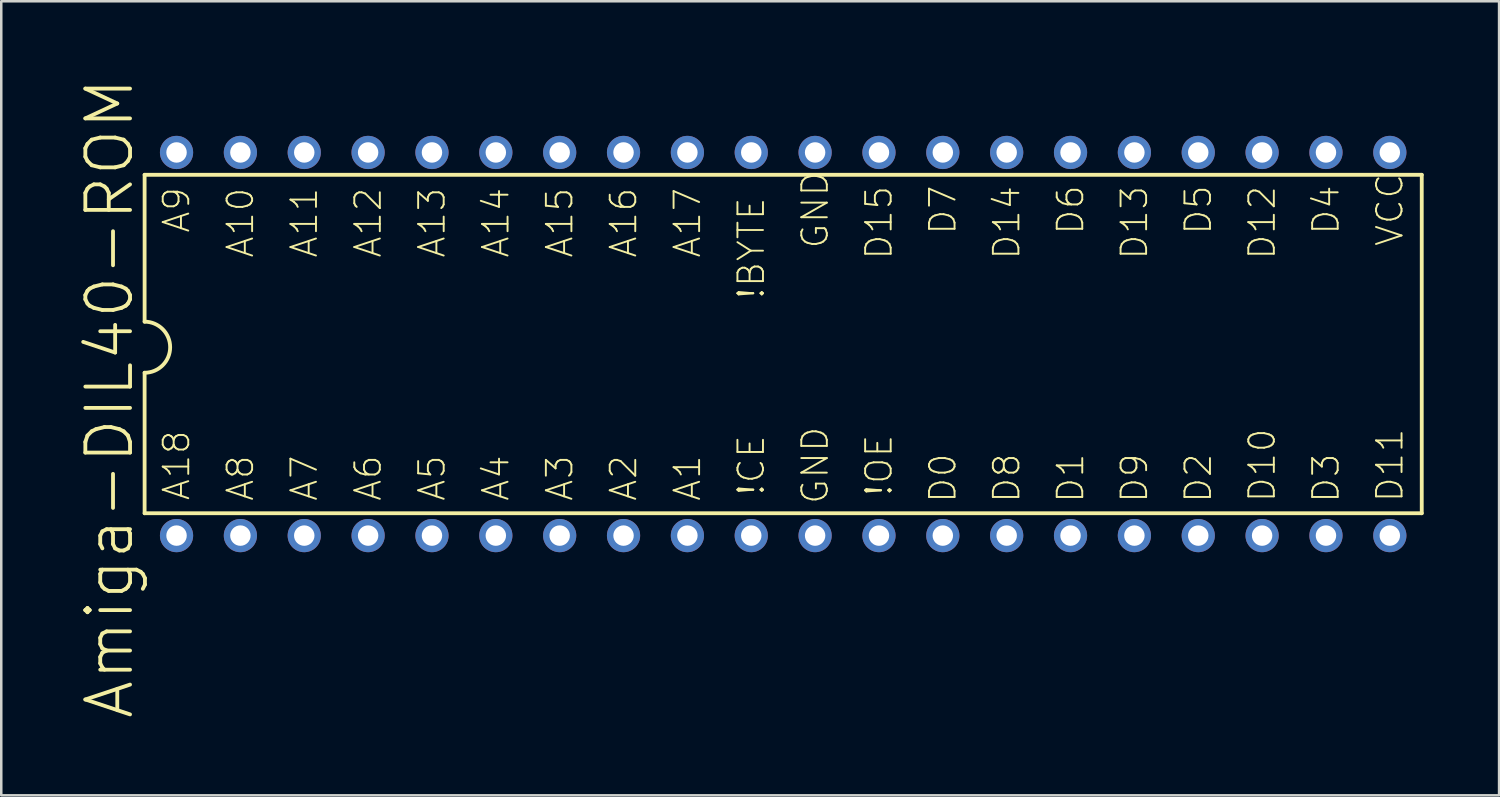
<source format=kicad_pcb>
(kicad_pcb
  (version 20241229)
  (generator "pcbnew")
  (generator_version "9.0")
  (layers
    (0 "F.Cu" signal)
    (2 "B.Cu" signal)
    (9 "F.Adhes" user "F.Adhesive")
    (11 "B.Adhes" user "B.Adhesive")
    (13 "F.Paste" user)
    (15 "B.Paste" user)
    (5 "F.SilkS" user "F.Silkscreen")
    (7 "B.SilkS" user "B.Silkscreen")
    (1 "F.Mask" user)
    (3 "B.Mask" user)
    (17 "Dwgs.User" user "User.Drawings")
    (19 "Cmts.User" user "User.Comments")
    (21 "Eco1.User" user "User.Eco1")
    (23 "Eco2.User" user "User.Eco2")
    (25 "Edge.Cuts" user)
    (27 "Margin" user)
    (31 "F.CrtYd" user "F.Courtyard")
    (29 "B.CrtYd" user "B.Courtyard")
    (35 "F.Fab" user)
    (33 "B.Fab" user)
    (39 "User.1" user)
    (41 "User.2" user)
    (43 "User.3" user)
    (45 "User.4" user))
  (footprint "Amiga-DIL40-ROM"
    (layer "F.Cu")
    (at 26.832 10.634)
    (property "Reference" "Amiga-DIL40-ROM" (at -25.524 2.159 90) (layer "F.SilkS") (effects (font (size 1.778 1.778) (thickness 0.152))))
    (attr exclude_from_pos_files exclude_from_bom)
    (fp_line (start -24.13 -6.731) (end -24.13 -0.889) (stroke (width 0.152) (type solid)) (layer "F.SilkS"))
    (fp_line (start -24.13 6.731) (end -24.13 1.143) (stroke (width 0.152) (type solid)) (layer "F.SilkS"))
    (fp_line (start -24.13 6.731) (end 26.67 6.731) (stroke (width 0.152) (type solid)) (layer "F.SilkS"))
    (fp_line (start 26.67 -6.731) (end -24.13 -6.731) (stroke (width 0.152) (type solid)) (layer "F.SilkS"))
    (fp_line (start 26.67 -6.731) (end 26.67 6.731) (stroke (width 0.152) (type solid)) (layer "F.SilkS"))
    (fp_arc (start -24.13 -0.889) (mid -23.114 0.127) (end -24.13 1.143) (stroke (width 0.1524) (type solid)) (layer "F.SilkS"))
    (fp_text user "A4" (at -10.16 5.334 90) (layer "F.SilkS") (effects (font (size 1.016 1.016) (thickness 0.076))))
    (fp_text user "D2" (at 17.78 5.334 90) (layer "F.SilkS") (effects (font (size 1.016 1.016) (thickness 0.076))))
    (fp_text user "D1" (at 12.7 5.334 90) (layer "F.SilkS") (effects (font (size 1.016 1.016) (thickness 0.076))))
    (fp_text user "D3" (at 22.86 5.334 90) (layer "F.SilkS") (effects (font (size 1.016 1.016) (thickness 0.076))))
    (fp_text user "D11" (at 25.4 4.826 90) (layer "F.SilkS") (effects (font (size 1.016 1.016) (thickness 0.076))))
    (fp_text user "VCC" (at 25.4 -5.334 90) (layer "F.SilkS") (effects (font (size 1.016 1.016) (thickness 0.076))))
    (fp_text user "A6" (at -15.24 5.334 90) (layer "F.SilkS") (effects (font (size 1.016 1.016) (thickness 0.076))))
    (fp_text user "D8" (at 10.16 5.334 90) (layer "F.SilkS") (effects (font (size 1.016 1.016) (thickness 0.076))))
    (fp_text user "D4" (at 22.86 -5.334 270) (layer "F.SilkS") (effects (font (size 1.016 1.016) (thickness 0.076))))
    (fp_text user "A7" (at -17.78 5.334 90) (layer "F.SilkS") (effects (font (size 1.016 1.016) (thickness 0.076))))
    (fp_text user "!BYTE" (at 0 -3.81 270) (layer "F.SilkS") (effects (font (size 1.016 1.016) (thickness 0.076))))
    (fp_text user "A18" (at -22.86 4.826 90) (layer "F.SilkS") (effects (font (size 1.016 1.016) (thickness 0.076))))
    (fp_text user "!OE" (at 5.08 4.826 90) (layer "F.SilkS") (effects (font (size 1.016 1.016) (thickness 0.076))))
    (fp_text user "D15" (at 5.08 -4.826 270) (layer "F.SilkS") (effects (font (size 1.016 1.016) (thickness 0.076))))
    (fp_text user "D14" (at 10.16 -4.826 270) (layer "F.SilkS") (effects (font (size 1.016 1.016) (thickness 0.076))))
    (fp_text user "A10" (at -20.32 -4.826 270) (layer "F.SilkS") (effects (font (size 1.016 1.016) (thickness 0.076))))
    (fp_text user "A14" (at -10.16 -4.826 270) (layer "F.SilkS") (effects (font (size 1.016 1.016) (thickness 0.076))))
    (fp_text user "D5" (at 17.78 -5.334 270) (layer "F.SilkS") (effects (font (size 1.016 1.016) (thickness 0.076))))
    (fp_text user "A13" (at -12.7 -4.826 270) (layer "F.SilkS") (effects (font (size 1.016 1.016) (thickness 0.076))))
    (fp_text user "A3" (at -7.62 5.334 90) (layer "F.SilkS") (effects (font (size 1.016 1.016) (thickness 0.076))))
    (fp_text user "!CE" (at 0 4.826 90) (layer "F.SilkS") (effects (font (size 1.016 1.016) (thickness 0.076))))
    (fp_text user "A2" (at -5.08 5.334 90) (layer "F.SilkS") (effects (font (size 1.016 1.016) (thickness 0.076))))
    (fp_text user "A9" (at -22.86 -5.334 270) (layer "F.SilkS") (effects (font (size 1.016 1.016) (thickness 0.076))))
    (fp_text user "D12" (at 20.32 -4.826 270) (layer "F.SilkS") (effects (font (size 1.016 1.016) (thickness 0.076))))
    (fp_text user "A16" (at -5.08 -4.826 270) (layer "F.SilkS") (effects (font (size 1.016 1.016) (thickness 0.076))))
    (fp_text user "A15" (at -7.62 -4.826 270) (layer "F.SilkS") (effects (font (size 1.016 1.016) (thickness 0.076))))
    (fp_text user "A8" (at -20.32 5.334 90) (layer "F.SilkS") (effects (font (size 1.016 1.016) (thickness 0.076))))
    (fp_text user "A11" (at -17.78 -4.826 270) (layer "F.SilkS") (effects (font (size 1.016 1.016) (thickness 0.076))))
    (fp_text user "D7" (at 7.62 -5.334 270) (layer "F.SilkS") (effects (font (size 1.016 1.016) (thickness 0.076))))
    (fp_text user "D13" (at 15.24 -4.826 270) (layer "F.SilkS") (effects (font (size 1.016 1.016) (thickness 0.076))))
    (fp_text user "A5" (at -12.7 5.334 90) (layer "F.SilkS") (effects (font (size 1.016 1.016) (thickness 0.076))))
    (fp_text user "GND" (at 2.54 -5.334 90) (layer "F.SilkS") (effects (font (size 1.016 1.016) (thickness 0.076))))
    (fp_text user "D9" (at 15.24 5.334 90) (layer "F.SilkS") (effects (font (size 1.016 1.016) (thickness 0.076))))
    (fp_text user "D10" (at 20.32 4.826 90) (layer "F.SilkS") (effects (font (size 1.016 1.016) (thickness 0.076))))
    (fp_text user "A12" (at -15.24 -4.826 270) (layer "F.SilkS") (effects (font (size 1.016 1.016) (thickness 0.076))))
    (fp_text user "GND" (at 2.54 4.826 90) (layer "F.SilkS") (effects (font (size 1.016 1.016) (thickness 0.076))))
    (fp_text user "A17" (at -2.54 -4.826 270) (layer "F.SilkS") (effects (font (size 1.016 1.016) (thickness 0.076))))
    (fp_text user "A1" (at -2.54 5.334 90) (layer "F.SilkS") (effects (font (size 1.016 1.016) (thickness 0.076))))
    (fp_text user "D6" (at 12.7 -5.334 270) (layer "F.SilkS") (effects (font (size 1.016 1.016) (thickness 0.076))))
    (fp_text user "D0" (at 7.62 5.334 90) (layer "F.SilkS") (effects (font (size 1.016 1.016) (thickness 0.076))))
    (pad "1" thru_hole circle (at -22.86 7.62) (size 1.321 1.321) (drill 0.813) (layers "*.Cu" "*.Paste" "*.Mask"))
    (pad "2" thru_hole circle (at -20.32 7.62) (size 1.321 1.321) (drill 0.813) (layers "*.Cu" "*.Paste" "*.Mask"))
    (pad "3" thru_hole circle (at -17.78 7.62) (size 1.321 1.321) (drill 0.813) (layers "*.Cu" "*.Paste" "*.Mask"))
    (pad "4" thru_hole circle (at -15.24 7.62) (size 1.321 1.321) (drill 0.813) (layers "*.Cu" "*.Paste" "*.Mask"))
    (pad "5" thru_hole circle (at -12.7 7.62) (size 1.321 1.321) (drill 0.813) (layers "*.Cu" "*.Paste" "*.Mask"))
    (pad "6" thru_hole circle (at -10.16 7.62) (size 1.321 1.321) (drill 0.813) (layers "*.Cu" "*.Paste" "*.Mask"))
    (pad "7" thru_hole circle (at -7.62 7.62) (size 1.321 1.321) (drill 0.813) (layers "*.Cu" "*.Paste" "*.Mask"))
    (pad "8" thru_hole circle (at -5.08 7.62) (size 1.321 1.321) (drill 0.813) (layers "*.Cu" "*.Paste" "*.Mask"))
    (pad "9" thru_hole circle (at -2.54 7.62) (size 1.321 1.321) (drill 0.813) (layers "*.Cu" "*.Paste" "*.Mask"))
    (pad "10" thru_hole circle (at 0 7.62) (size 1.321 1.321) (drill 0.813) (layers "*.Cu" "*.Paste" "*.Mask"))
    (pad "11" thru_hole circle (at 2.54 7.62) (size 1.321 1.321) (drill 0.813) (layers "*.Cu" "*.Paste" "*.Mask"))
    (pad "12" thru_hole circle (at 5.08 7.62) (size 1.321 1.321) (drill 0.813) (layers "*.Cu" "*.Paste" "*.Mask"))
    (pad "13" thru_hole circle (at 7.62 7.62) (size 1.321 1.321) (drill 0.813) (layers "*.Cu" "*.Paste" "*.Mask"))
    (pad "14" thru_hole circle (at 10.16 7.62) (size 1.321 1.321) (drill 0.813) (layers "*.Cu" "*.Paste" "*.Mask"))
    (pad "15" thru_hole circle (at 12.7 7.62) (size 1.321 1.321) (drill 0.813) (layers "*.Cu" "*.Paste" "*.Mask"))
    (pad "16" thru_hole circle (at 15.24 7.62) (size 1.321 1.321) (drill 0.813) (layers "*.Cu" "*.Paste" "*.Mask"))
    (pad "17" thru_hole circle (at 17.78 7.62) (size 1.321 1.321) (drill 0.813) (layers "*.Cu" "*.Paste" "*.Mask"))
    (pad "18" thru_hole circle (at 20.32 7.62) (size 1.321 1.321) (drill 0.813) (layers "*.Cu" "*.Paste" "*.Mask"))
    (pad "19" thru_hole circle (at 22.86 7.62) (size 1.321 1.321) (drill 0.813) (layers "*.Cu" "*.Paste" "*.Mask"))
    (pad "20" thru_hole circle (at 25.4 7.62) (size 1.321 1.321) (drill 0.813) (layers "*.Cu" "*.Paste" "*.Mask"))
    (pad "21" thru_hole circle (at 25.4 -7.62) (size 1.321 1.321) (drill 0.813) (layers "*.Cu" "*.Paste" "*.Mask"))
    (pad "22" thru_hole circle (at 22.86 -7.62) (size 1.321 1.321) (drill 0.813) (layers "*.Cu" "*.Paste" "*.Mask"))
    (pad "23" thru_hole circle (at 20.32 -7.62) (size 1.321 1.321) (drill 0.813) (layers "*.Cu" "*.Paste" "*.Mask"))
    (pad "24" thru_hole circle (at 17.78 -7.62) (size 1.321 1.321) (drill 0.813) (layers "*.Cu" "*.Paste" "*.Mask"))
    (pad "25" thru_hole circle (at 15.24 -7.62) (size 1.321 1.321) (drill 0.813) (layers "*.Cu" "*.Paste" "*.Mask"))
    (pad "26" thru_hole circle (at 12.7 -7.62) (size 1.321 1.321) (drill 0.813) (layers "*.Cu" "*.Paste" "*.Mask"))
    (pad "27" thru_hole circle (at 10.16 -7.62) (size 1.321 1.321) (drill 0.813) (layers "*.Cu" "*.Paste" "*.Mask"))
    (pad "28" thru_hole circle (at 7.62 -7.62) (size 1.321 1.321) (drill 0.813) (layers "*.Cu" "*.Paste" "*.Mask"))
    (pad "29" thru_hole circle (at 5.08 -7.62) (size 1.321 1.321) (drill 0.813) (layers "*.Cu" "*.Paste" "*.Mask"))
    (pad "30" thru_hole circle (at 2.54 -7.62) (size 1.321 1.321) (drill 0.813) (layers "*.Cu" "*.Paste" "*.Mask"))
    (pad "31" thru_hole circle (at 0 -7.62) (size 1.321 1.321) (drill 0.813) (layers "*.Cu" "*.Paste" "*.Mask"))
    (pad "32" thru_hole circle (at -2.54 -7.62) (size 1.321 1.321) (drill 0.813) (layers "*.Cu" "*.Paste" "*.Mask"))
    (pad "33" thru_hole circle (at -5.08 -7.62) (size 1.321 1.321) (drill 0.813) (layers "*.Cu" "*.Paste" "*.Mask"))
    (pad "34" thru_hole circle (at -7.62 -7.62) (size 1.321 1.321) (drill 0.813) (layers "*.Cu" "*.Paste" "*.Mask"))
    (pad "35" thru_hole circle (at -10.16 -7.62) (size 1.321 1.321) (drill 0.813) (layers "*.Cu" "*.Paste" "*.Mask"))
    (pad "36" thru_hole circle (at -12.7 -7.62) (size 1.321 1.321) (drill 0.813) (layers "*.Cu" "*.Paste" "*.Mask"))
    (pad "37" thru_hole circle (at -15.24 -7.62) (size 1.321 1.321) (drill 0.813) (layers "*.Cu" "*.Paste" "*.Mask"))
    (pad "38" thru_hole circle (at -17.78 -7.62) (size 1.321 1.321) (drill 0.813) (layers "*.Cu" "*.Paste" "*.Mask"))
    (pad "39" thru_hole circle (at -20.32 -7.62) (size 1.321 1.321) (drill 0.813) (layers "*.Cu" "*.Paste" "*.Mask"))
    (pad "40" thru_hole circle (at -22.86 -7.62) (size 1.321 1.321) (drill 0.813) (layers "*.Cu" "*.Paste" "*.Mask")))
  (gr_rect
    (start -3 -3)
    (end 56.578 28.586)
    (stroke (width 0.1) (type default))
    (fill no)
    (layer "Edge.Cuts")))
</source>
